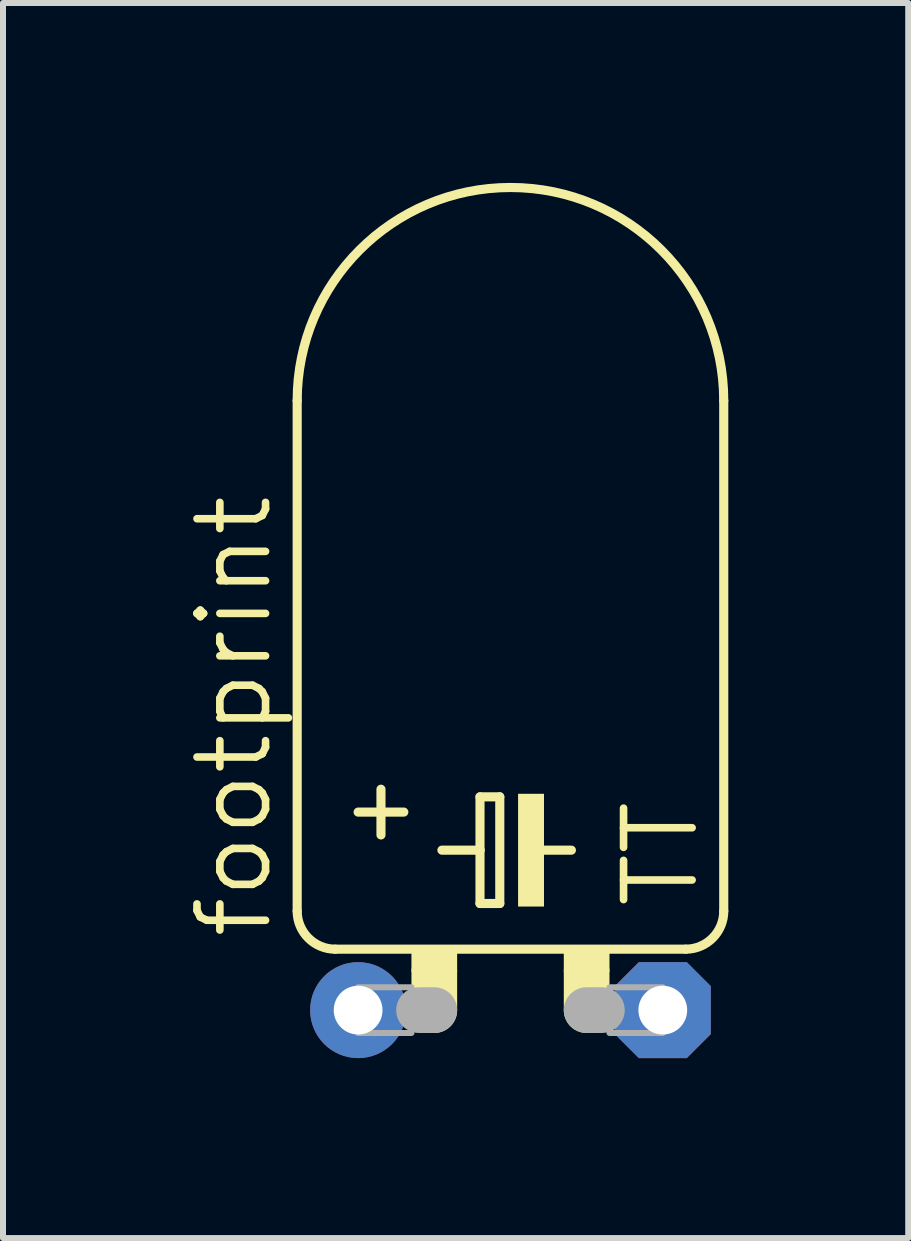
<source format=kicad_pcb>
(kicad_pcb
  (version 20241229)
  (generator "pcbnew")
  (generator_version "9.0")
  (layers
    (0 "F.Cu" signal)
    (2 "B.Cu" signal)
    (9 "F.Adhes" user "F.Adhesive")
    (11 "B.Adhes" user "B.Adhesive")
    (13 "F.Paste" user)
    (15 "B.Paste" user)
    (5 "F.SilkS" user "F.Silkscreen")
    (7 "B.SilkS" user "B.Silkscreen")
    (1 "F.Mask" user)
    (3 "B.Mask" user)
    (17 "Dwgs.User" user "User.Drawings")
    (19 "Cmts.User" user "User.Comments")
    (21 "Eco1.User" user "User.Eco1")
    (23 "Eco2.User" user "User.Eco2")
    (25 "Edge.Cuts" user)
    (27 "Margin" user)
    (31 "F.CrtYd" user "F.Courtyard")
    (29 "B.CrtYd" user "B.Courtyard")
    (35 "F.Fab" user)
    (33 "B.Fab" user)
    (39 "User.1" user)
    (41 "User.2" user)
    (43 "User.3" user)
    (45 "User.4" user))
  (footprint "footprint"
    (layer "F.Cu")
    (at 5.461 13.792)
    (property "Reference" "footprint" (at -3.937 -1.143 90) (layer "F.SilkS") (effects (font (size 1.143 1.143) (thickness 0.127)) (justify left bottom)))
    (fp_line (start -3.556 -10.16) (end -3.556 -1.651) (stroke (width 0.152) (type solid)) (layer "F.SilkS"))
    (fp_line (start -2.921 -1.016) (end 2.921 -1.016) (stroke (width 0.152) (type solid)) (layer "F.SilkS"))
    (fp_line (start -2.54 -3.302) (end -1.778 -3.302) (stroke (width 0.152) (type solid)) (layer "F.SilkS"))
    (fp_line (start -2.159 -3.683) (end -2.159 -2.921) (stroke (width 0.152) (type solid)) (layer "F.SilkS"))
    (fp_line (start -1.27 -0.635) (end -1.27 0) (stroke (width 0.762) (type solid)) (layer "F.SilkS"))
    (fp_line (start -1.143 -2.667) (end -0.508 -2.667) (stroke (width 0.152) (type solid)) (layer "F.SilkS"))
    (fp_line (start -0.508 -3.556) (end -0.508 -2.667) (stroke (width 0.152) (type solid)) (layer "F.SilkS"))
    (fp_line (start -0.508 -2.667) (end -0.508 -1.778) (stroke (width 0.152) (type solid)) (layer "F.SilkS"))
    (fp_line (start -0.508 -1.778) (end -0.178 -1.778) (stroke (width 0.152) (type solid)) (layer "F.SilkS"))
    (fp_line (start -0.178 -3.556) (end -0.508 -3.556) (stroke (width 0.152) (type solid)) (layer "F.SilkS"))
    (fp_line (start -0.178 -1.778) (end -0.178 -3.556) (stroke (width 0.152) (type solid)) (layer "F.SilkS"))
    (fp_line (start 0.508 -2.667) (end 1.016 -2.667) (stroke (width 0.152) (type solid)) (layer "F.SilkS"))
    (fp_line (start 1.27 -0.635) (end 1.27 0) (stroke (width 0.762) (type solid)) (layer "F.SilkS"))
    (fp_line (start 3.556 -10.16) (end 3.556 -1.651) (stroke (width 0.152) (type solid)) (layer "F.SilkS"))
    (fp_arc (start -3.556 -10.16) (mid 0 -13.716) (end 3.556 -10.16) (stroke (width 0.1524) (type solid)) (layer "F.SilkS"))
    (fp_arc (start -2.921 -1.016) (mid -3.370013 -1.201987) (end -3.556 -1.651) (stroke (width 0.1524) (type solid)) (layer "F.SilkS"))
    (fp_arc (start 3.556 -1.651) (mid 3.370013 -1.201987) (end 2.921 -1.016) (stroke (width 0.1524) (type solid)) (layer "F.SilkS"))
    (fp_poly (pts (xy -1.651 -0.635) (xy -0.889 -0.635) (xy -0.889 -1.016) (xy -1.651 -1.016)) (stroke (width 0) (type solid)) (fill yes) (layer "F.SilkS"))
    (fp_poly (pts (xy 0.127 -1.727) (xy 0.559 -1.727) (xy 0.559 -3.607) (xy 0.127 -3.607)) (stroke (width 0) (type solid)) (fill yes) (layer "F.SilkS"))
    (fp_poly (pts (xy 0.889 -0.635) (xy 1.651 -0.635) (xy 1.651 -1.016) (xy 0.889 -1.016)) (stroke (width 0) (type solid)) (fill yes) (layer "F.SilkS"))
    (fp_line (start -1.524 0) (end -1.27 0) (stroke (width 0.762) (type solid)) (layer "F.Fab"))
    (fp_line (start 1.524 0) (end 1.27 0) (stroke (width 0.762) (type solid)) (layer "F.Fab"))
    (fp_poly (pts (xy -2.54 0.381) (xy -1.651 0.381) (xy -1.651 -0.381) (xy -2.54 -0.381)) (stroke (width 0.1) (type solid)) (fill no) (layer "F.Fab"))
    (fp_poly (pts (xy 1.651 0.381) (xy 2.54 0.381) (xy 2.54 -0.381) (xy 1.651 -0.381)) (stroke (width 0.1) (type solid)) (fill no) (layer "F.Fab"))
    (fp_text user "TT" (at 3.175 -1.651 90) (layer "F.SilkS") (effects (font (size 1.143 1.143) (thickness 0.127)) (justify left bottom)))
    (pad "+" thru_hole circle (at -2.54 0) (size 1.6 1.6) (drill 0.813) (layers "*.Cu" "*.Mask"))
    (pad "-" thru_hole roundrect (at 2.54 0) (size 1.6 1.6) (drill 0.813) (layers "*.Cu" "*.Mask") (roundrect_rratio 0.25) (chamfer_ratio 0.25) (chamfer top_left top_right bottom_left bottom_right)))
  (gr_rect
    (start -3 -3)
    (end 12.093 17.592)
    (stroke (width 0.1) (type default))
    (fill no)
    (layer "Edge.Cuts")))
</source>
